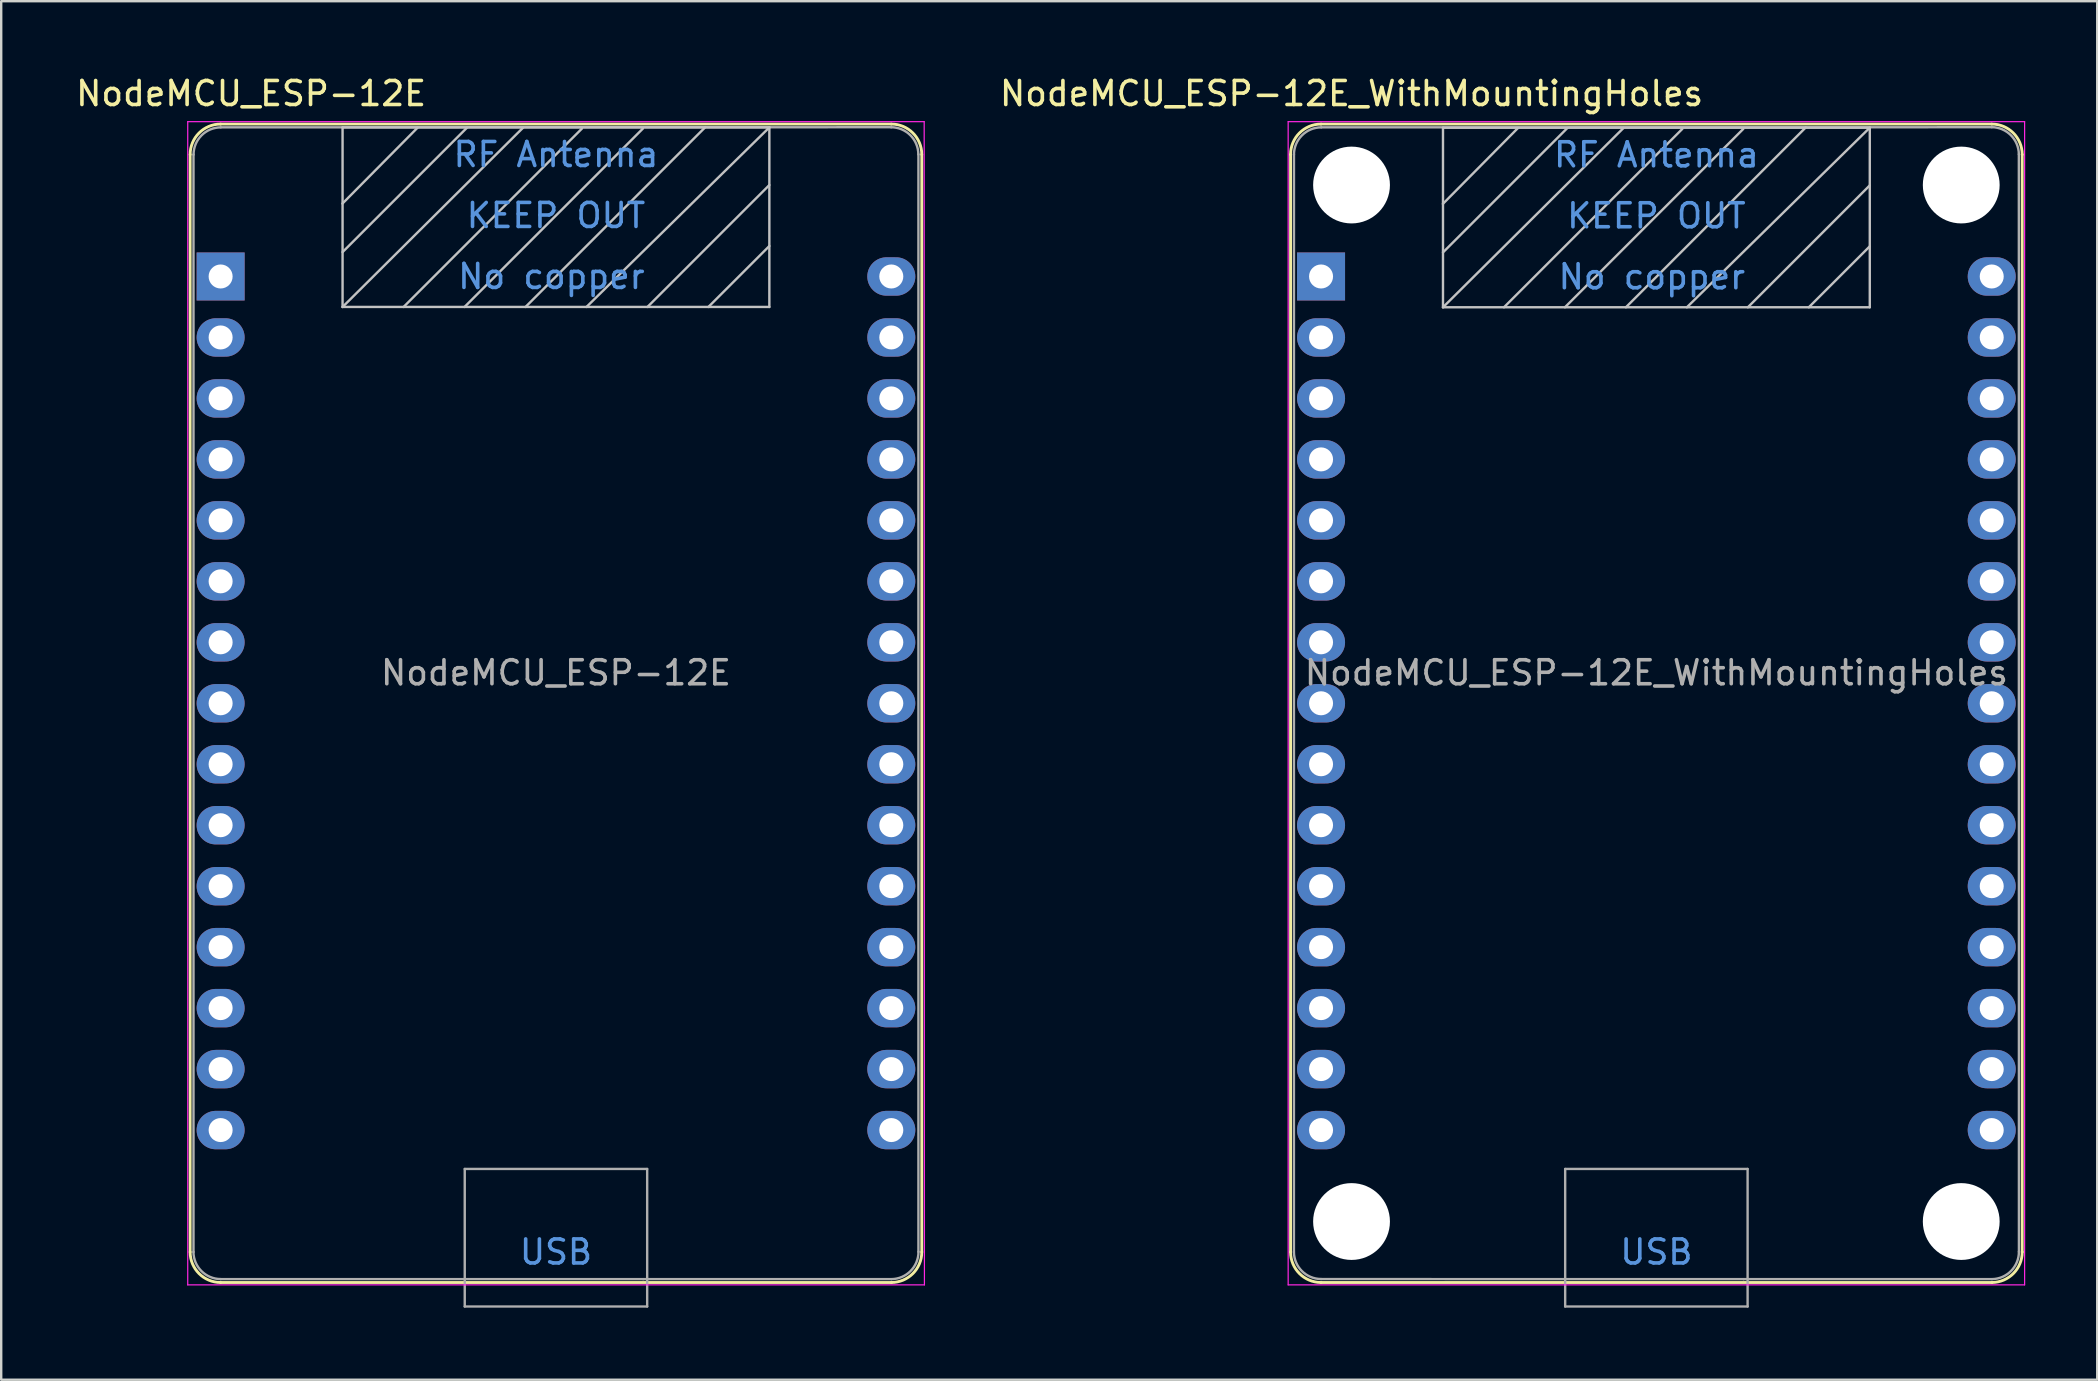
<source format=kicad_pcb>
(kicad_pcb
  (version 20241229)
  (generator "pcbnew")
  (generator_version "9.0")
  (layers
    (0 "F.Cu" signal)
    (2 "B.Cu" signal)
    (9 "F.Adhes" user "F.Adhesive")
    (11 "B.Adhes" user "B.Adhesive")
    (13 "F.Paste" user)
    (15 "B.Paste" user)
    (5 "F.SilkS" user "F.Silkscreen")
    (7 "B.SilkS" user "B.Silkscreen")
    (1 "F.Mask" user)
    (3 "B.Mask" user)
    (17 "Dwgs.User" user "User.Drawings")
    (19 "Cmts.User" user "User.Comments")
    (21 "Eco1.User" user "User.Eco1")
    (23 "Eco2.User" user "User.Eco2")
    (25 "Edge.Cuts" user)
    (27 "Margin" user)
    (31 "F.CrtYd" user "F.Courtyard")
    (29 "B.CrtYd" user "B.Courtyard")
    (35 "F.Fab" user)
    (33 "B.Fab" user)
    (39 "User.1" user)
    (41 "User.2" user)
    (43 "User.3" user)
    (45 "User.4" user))
  (footprint "NodeMCU_ESP-12E_WithMountingHoles"
    (layer "F.Cu")
    (at 51.984 8.468)
    (property "Reference" "NodeMCU_ESP-12E_WithMountingHoles" (at 1.27 -7.62 0) (layer "F.SilkS") (effects (font (size 1 1) (thickness 0.15))))
    (attr through_hole)
    (fp_line (start -1.27 -5.08) (end -1.27 40.64) (stroke (width 0.12) (type solid)) (layer "F.SilkS"))
    (fp_line (start 27.94 -6.35) (end 0 -6.35) (stroke (width 0.12) (type solid)) (layer "F.SilkS"))
    (fp_line (start 27.95 41.91) (end 0 41.91) (stroke (width 0.12) (type solid)) (layer "F.SilkS"))
    (fp_line (start 29.21 -5.08) (end 29.21 40.64) (stroke (width 0.12) (type solid)) (layer "F.SilkS"))
    (fp_arc (start -1.27 -5.08) (mid -0.898026 -5.978026) (end 0 -6.35) (stroke (width 0.12) (type solid)) (layer "F.SilkS"))
    (fp_arc (start 0 41.91) (mid -0.898026 41.538026) (end -1.27 40.64) (stroke (width 0.12) (type solid)) (layer "F.SilkS"))
    (fp_arc (start 27.94 -6.35) (mid 28.838026 -5.978026) (end 29.21 -5.08) (stroke (width 0.12) (type solid)) (layer "F.SilkS"))
    (fp_arc (start 29.21 40.64) (mid 28.841554 41.534483) (end 27.95 41.909961) (stroke (width 0.12) (type solid)) (layer "F.SilkS"))
    (fp_line (start 5.075 -3.024) (end 8.204 -6.185) (stroke (width 0.1) (type solid)) (layer "Dwgs.User"))
    (fp_line (start 5.08 -6.198) (end 5.08 1.283) (stroke (width 0.1) (type solid)) (layer "Dwgs.User"))
    (fp_line (start 5.08 -6.198) (end 22.86 -6.198) (stroke (width 0.1) (type solid)) (layer "Dwgs.User"))
    (fp_line (start 5.08 -1.003) (end 10.262 -6.185) (stroke (width 0.1) (type solid)) (layer "Dwgs.User"))
    (fp_line (start 5.08 1.283) (end 12.598 -6.185) (stroke (width 0.1) (type solid)) (layer "Dwgs.User"))
    (fp_line (start 5.08 1.283) (end 22.86 1.283) (stroke (width 0.1) (type solid)) (layer "Dwgs.User"))
    (fp_line (start 7.62 1.283) (end 15.05 -6.147) (stroke (width 0.1) (type solid)) (layer "Dwgs.User"))
    (fp_line (start 10.16 1.283) (end 17.59 -6.147) (stroke (width 0.1) (type solid)) (layer "Dwgs.User"))
    (fp_line (start 12.7 1.283) (end 20.193 -6.21) (stroke (width 0.1) (type solid)) (layer "Dwgs.User"))
    (fp_line (start 15.24 1.283) (end 22.86 -6.198) (stroke (width 0.1) (type solid)) (layer "Dwgs.User"))
    (fp_line (start 17.78 1.283) (end 22.86 -3.797) (stroke (width 0.1) (type solid)) (layer "Dwgs.User"))
    (fp_line (start 20.32 1.283) (end 22.86 -1.257) (stroke (width 0.1) (type solid)) (layer "Dwgs.User"))
    (fp_line (start 22.86 -6.198) (end 22.86 1.283) (stroke (width 0.1) (type solid)) (layer "Dwgs.User"))
    (fp_line (start -1.37 42.01) (end -1.37 -6.45) (stroke (width 0.05) (type solid)) (layer "F.CrtYd"))
    (fp_line (start 29.31 -6.45) (end -1.37 -6.45) (stroke (width 0.05) (type solid)) (layer "F.CrtYd"))
    (fp_line (start 29.31 42.01) (end -1.37 42.01) (stroke (width 0.05) (type solid)) (layer "F.CrtYd"))
    (fp_line (start 29.31 42.01) (end 29.31 -6.45) (stroke (width 0.05) (type solid)) (layer "F.CrtYd"))
    (fp_line (start -1.128 -5.075) (end -1.13 40.64) (stroke (width 0.1) (type solid)) (layer "F.Fab"))
    (fp_line (start 10.17 37.18) (end 17.77 37.18) (stroke (width 0.1) (type solid)) (layer "F.Fab"))
    (fp_line (start 10.17 42.91) (end 10.17 37.18) (stroke (width 0.1) (type solid)) (layer "F.Fab"))
    (fp_line (start 17.602 41.77) (end 0 41.768) (stroke (width 0.1) (type solid)) (layer "F.Fab"))
    (fp_line (start 17.77 37.18) (end 17.77 42.91) (stroke (width 0.1) (type solid)) (layer "F.Fab"))
    (fp_line (start 17.77 42.91) (end 10.17 42.91) (stroke (width 0.1) (type solid)) (layer "F.Fab"))
    (fp_line (start 27.94 -6.218) (end 0.01 -6.213) (stroke (width 0.1) (type solid)) (layer "F.Fab"))
    (fp_line (start 27.95 41.77) (end 17.602 41.77) (stroke (width 0.1) (type solid)) (layer "F.Fab"))
    (fp_line (start 29.07 -5.09) (end 29.073 40.627) (stroke (width 0.1) (type solid)) (layer "F.Fab"))
    (fp_arc (start -1.128629 -5.074921) (mid -0.794775 -5.879601) (end 0.01016 -6.21284) (stroke (width 0.1) (type solid)) (layer "F.Fab"))
    (fp_arc (start 0.00001 41.765819) (mid -0.795824 41.434598) (end -1.13 40.64) (stroke (width 0.1) (type solid)) (layer "F.Fab"))
    (fp_arc (start 27.940029 -6.221019) (mid 28.736202 -5.886483) (end 29.07 -5.09) (stroke (width 0.1) (type solid)) (layer "F.Fab"))
    (fp_arc (start 29.073088 40.6273) (mid 28.745846 41.42893) (end 27.95 41.77) (stroke (width 0.1) (type solid)) (layer "F.Fab"))
    (fp_text user "KEEP OUT" (at 13.97 -2.527 0) (layer "Cmts.User") (effects (font (size 1 1) (thickness 0.15))))
    (fp_text user "RF Antenna" (at 13.97 -5.067 0) (layer "Cmts.User") (effects (font (size 1 1) (thickness 0.15))))
    (fp_text user "USB" (at 13.97 40.64 0) (layer "Cmts.User") (effects (font (size 1 1) (thickness 0.15))))
    (fp_text user "No copper" (at 13.78 0.013 0) (layer "Cmts.User") (effects (font (size 1 1) (thickness 0.15))))
    (fp_text user "${REFERENCE}" (at 13.97 16.51 0) (layer "F.Fab") (effects (font (size 1 1) (thickness 0.15))))
    (pad "" np_thru_hole circle (at 1.27 -3.81 90) (size 3.2 3.2) (drill 3.2) (layers "*.Cu" "*.Mask"))
    (pad "" np_thru_hole circle (at 1.27 39.37 90) (size 3.2 3.2) (drill 3.2) (layers "*.Cu" "*.Mask"))
    (pad "" np_thru_hole circle (at 26.67 -3.81 90) (size 3.2 3.2) (drill 3.2) (layers "*.Cu" "*.Mask"))
    (pad "" np_thru_hole circle (at 26.67 39.37 90) (size 3.2 3.2) (drill 3.2) (layers "*.Cu" "*.Mask"))
    (pad "1" thru_hole rect (at 0 0) (size 2 2) (drill 1) (layers "*.Cu" "*.Mask"))
    (pad "2" thru_hole oval (at 0 2.54) (size 2 1.6) (drill 1) (layers "*.Cu" "*.Mask"))
    (pad "3" thru_hole oval (at 0 5.08) (size 2 1.6) (drill 1) (layers "*.Cu" "*.Mask"))
    (pad "4" thru_hole oval (at 0 7.62) (size 2 1.6) (drill 1) (layers "*.Cu" "*.Mask"))
    (pad "5" thru_hole oval (at 0 10.16) (size 2 1.6) (drill 1) (layers "*.Cu" "*.Mask"))
    (pad "6" thru_hole oval (at 0 12.7) (size 2 1.6) (drill 1) (layers "*.Cu" "*.Mask"))
    (pad "7" thru_hole oval (at 0 15.24) (size 2 1.6) (drill 1) (layers "*.Cu" "*.Mask"))
    (pad "8" thru_hole oval (at 0 17.78) (size 2 1.6) (drill 1) (layers "*.Cu" "*.Mask"))
    (pad "9" thru_hole oval (at 0 20.32) (size 2 1.6) (drill 1) (layers "*.Cu" "*.Mask"))
    (pad "10" thru_hole oval (at 0 22.86) (size 2 1.6) (drill 1) (layers "*.Cu" "*.Mask"))
    (pad "11" thru_hole oval (at 0 25.4) (size 2 1.6) (drill 1) (layers "*.Cu" "*.Mask"))
    (pad "12" thru_hole oval (at 0 27.94) (size 2 1.6) (drill 1) (layers "*.Cu" "*.Mask"))
    (pad "13" thru_hole oval (at 0 30.48) (size 2 1.6) (drill 1) (layers "*.Cu" "*.Mask"))
    (pad "14" thru_hole oval (at 0 33.02) (size 2 1.6) (drill 1) (layers "*.Cu" "*.Mask"))
    (pad "15" thru_hole oval (at 0 35.56) (size 2 1.6) (drill 1) (layers "*.Cu" "*.Mask"))
    (pad "16" thru_hole oval (at 27.94 35.56) (size 2 1.6) (drill 1) (layers "*.Cu" "*.Mask"))
    (pad "17" thru_hole oval (at 27.94 33.02) (size 2 1.6) (drill 1) (layers "*.Cu" "*.Mask"))
    (pad "18" thru_hole oval (at 27.94 30.48) (size 2 1.6) (drill 1) (layers "*.Cu" "*.Mask"))
    (pad "19" thru_hole oval (at 27.94 27.94) (size 2 1.6) (drill 1) (layers "*.Cu" "*.Mask"))
    (pad "20" thru_hole oval (at 27.94 25.4) (size 2 1.6) (drill 1) (layers "*.Cu" "*.Mask"))
    (pad "21" thru_hole oval (at 27.94 22.86) (size 2 1.6) (drill 1) (layers "*.Cu" "*.Mask"))
    (pad "22" thru_hole oval (at 27.94 20.32) (size 2 1.6) (drill 1) (layers "*.Cu" "*.Mask"))
    (pad "23" thru_hole oval (at 27.94 17.78) (size 2 1.6) (drill 1) (layers "*.Cu" "*.Mask"))
    (pad "24" thru_hole oval (at 27.94 15.24) (size 2 1.6) (drill 1) (layers "*.Cu" "*.Mask"))
    (pad "25" thru_hole oval (at 27.94 12.7) (size 2 1.6) (drill 1) (layers "*.Cu" "*.Mask"))
    (pad "26" thru_hole oval (at 27.94 10.16) (size 2 1.6) (drill 1) (layers "*.Cu" "*.Mask"))
    (pad "27" thru_hole oval (at 27.94 7.62) (size 2 1.6) (drill 1) (layers "*.Cu" "*.Mask"))
    (pad "28" thru_hole oval (at 27.94 5.08) (size 2 1.6) (drill 1) (layers "*.Cu" "*.Mask"))
    (pad "29" thru_hole oval (at 27.94 2.54) (size 2 1.6) (drill 1) (layers "*.Cu" "*.Mask"))
    (pad "30" thru_hole oval (at 27.94 0) (size 2 1.6) (drill 1) (layers "*.Cu" "*.Mask")))
  (footprint "NodeMCU_ESP-12E"
    (layer "F.Cu")
    (at 6.141 8.468)
    (property "Reference" "NodeMCU_ESP-12E" (at 1.27 -7.62 0) (layer "F.SilkS") (effects (font (size 1 1) (thickness 0.15))))
    (attr through_hole)
    (fp_line (start -1.27 -5.08) (end -1.27 40.64) (stroke (width 0.12) (type solid)) (layer "F.SilkS"))
    (fp_line (start 10.17 41.91) (end 0 41.91) (stroke (width 0.12) (type solid)) (layer "F.SilkS"))
    (fp_line (start 27.94 -6.35) (end 0 -6.35) (stroke (width 0.12) (type solid)) (layer "F.SilkS"))
    (fp_line (start 27.95 41.91) (end 10.16 41.91) (stroke (width 0.12) (type solid)) (layer "F.SilkS"))
    (fp_line (start 29.21 -5.08) (end 29.21 40.64) (stroke (width 0.12) (type solid)) (layer "F.SilkS"))
    (fp_arc (start -1.27 -5.08) (mid -0.898026 -5.978026) (end 0 -6.35) (stroke (width 0.12) (type solid)) (layer "F.SilkS"))
    (fp_arc (start 0 41.91) (mid -0.898026 41.538026) (end -1.27 40.64) (stroke (width 0.12) (type solid)) (layer "F.SilkS"))
    (fp_arc (start 27.94 -6.35) (mid 28.838026 -5.978026) (end 29.21 -5.08) (stroke (width 0.12) (type solid)) (layer "F.SilkS"))
    (fp_arc (start 29.21 40.64) (mid 28.838026 41.538026) (end 27.94 41.91) (stroke (width 0.12) (type solid)) (layer "F.SilkS"))
    (fp_line (start 5.075 -3.037) (end 8.204 -6.198) (stroke (width 0.1) (type solid)) (layer "Dwgs.User"))
    (fp_line (start 5.08 -6.21) (end 5.08 1.27) (stroke (width 0.1) (type solid)) (layer "Dwgs.User"))
    (fp_line (start 5.08 -6.21) (end 22.86 -6.21) (stroke (width 0.1) (type solid)) (layer "Dwgs.User"))
    (fp_line (start 5.08 -1.016) (end 10.262 -6.198) (stroke (width 0.1) (type solid)) (layer "Dwgs.User"))
    (fp_line (start 5.08 1.27) (end 12.598 -6.198) (stroke (width 0.1) (type solid)) (layer "Dwgs.User"))
    (fp_line (start 5.08 1.27) (end 22.86 1.27) (stroke (width 0.1) (type solid)) (layer "Dwgs.User"))
    (fp_line (start 7.62 1.27) (end 15.05 -6.16) (stroke (width 0.1) (type solid)) (layer "Dwgs.User"))
    (fp_line (start 10.16 1.27) (end 17.59 -6.16) (stroke (width 0.1) (type solid)) (layer "Dwgs.User"))
    (fp_line (start 12.7 1.27) (end 20.193 -6.223) (stroke (width 0.1) (type solid)) (layer "Dwgs.User"))
    (fp_line (start 15.24 1.27) (end 22.86 -6.21) (stroke (width 0.1) (type solid)) (layer "Dwgs.User"))
    (fp_line (start 17.78 1.27) (end 22.86 -3.81) (stroke (width 0.1) (type solid)) (layer "Dwgs.User"))
    (fp_line (start 20.32 1.27) (end 22.86 -1.27) (stroke (width 0.1) (type solid)) (layer "Dwgs.User"))
    (fp_line (start 22.86 -6.21) (end 22.86 1.27) (stroke (width 0.1) (type solid)) (layer "Dwgs.User"))
    (fp_line (start -1.37 42.01) (end -1.37 -6.45) (stroke (width 0.05) (type solid)) (layer "F.CrtYd"))
    (fp_line (start 29.31 -6.45) (end -1.37 -6.45) (stroke (width 0.05) (type solid)) (layer "F.CrtYd"))
    (fp_line (start 29.32 42.01) (end -1.37 42.01) (stroke (width 0.05) (type solid)) (layer "F.CrtYd"))
    (fp_line (start 29.32 42.01) (end 29.31 -6.45) (stroke (width 0.05) (type solid)) (layer "F.CrtYd"))
    (fp_line (start -1.13 -5.08) (end -1.13 40.64) (stroke (width 0.1) (type solid)) (layer "F.Fab"))
    (fp_line (start 10.17 37.18) (end 17.77 37.18) (stroke (width 0.1) (type solid)) (layer "F.Fab"))
    (fp_line (start 10.17 42.91) (end 10.17 37.18) (stroke (width 0.1) (type solid)) (layer "F.Fab"))
    (fp_line (start 17.602 41.77) (end 0 41.77) (stroke (width 0.1) (type solid)) (layer "F.Fab"))
    (fp_line (start 17.77 37.18) (end 17.77 42.91) (stroke (width 0.1) (type solid)) (layer "F.Fab"))
    (fp_line (start 17.77 42.91) (end 10.17 42.91) (stroke (width 0.1) (type solid)) (layer "F.Fab"))
    (fp_line (start 27.94 -6.218) (end 0.01 -6.213) (stroke (width 0.1) (type solid)) (layer "F.Fab"))
    (fp_line (start 27.95 41.77) (end 17.602 41.77) (stroke (width 0.1) (type solid)) (layer "F.Fab"))
    (fp_line (start 29.07 -5.09) (end 29.07 40.63) (stroke (width 0.1) (type solid)) (layer "F.Fab"))
    (fp_arc (start -1.12776 -5.07492) (mid -0.795952 -5.877193) (end 0.005091 -6.21196) (stroke (width 0.1) (type solid)) (layer "F.Fab"))
    (fp_arc (start 0.00508 41.76776) (mid -0.797189 41.435956) (end -1.13196 40.63492) (stroke (width 0.1) (type solid)) (layer "F.Fab"))
    (fp_arc (start 27.92984 -6.21792) (mid 28.732113 -5.886112) (end 29.06688 -5.085069) (stroke (width 0.1) (type solid)) (layer "F.Fab"))
    (fp_arc (start 29.07309 40.630003) (mid 28.744898 41.429894) (end 27.95 41.77) (stroke (width 0.1) (type solid)) (layer "F.Fab"))
    (fp_text user "USB" (at 13.97 40.64 0) (layer "Cmts.User") (effects (font (size 1 1) (thickness 0.15))))
    (fp_text user "RF Antenna" (at 13.97 -5.08 0) (layer "Cmts.User") (effects (font (size 1 1) (thickness 0.15))))
    (fp_text user "No copper" (at 13.78 0 0) (layer "Cmts.User") (effects (font (size 1 1) (thickness 0.15))))
    (fp_text user "KEEP OUT" (at 13.97 -2.54 0) (layer "Cmts.User") (effects (font (size 1 1) (thickness 0.15))))
    (fp_text user "${REFERENCE}" (at 13.97 16.51 0) (layer "F.Fab") (effects (font (size 1 1) (thickness 0.15))))
    (pad "1" thru_hole rect (at 0 0) (size 2 2) (drill 1) (layers "*.Cu" "*.Mask"))
    (pad "2" thru_hole oval (at 0 2.54) (size 2 1.6) (drill 1) (layers "*.Cu" "*.Mask"))
    (pad "3" thru_hole oval (at 0 5.08) (size 2 1.6) (drill 1) (layers "*.Cu" "*.Mask"))
    (pad "4" thru_hole oval (at 0 7.62) (size 2 1.6) (drill 1) (layers "*.Cu" "*.Mask"))
    (pad "5" thru_hole oval (at 0 10.16) (size 2 1.6) (drill 1) (layers "*.Cu" "*.Mask"))
    (pad "6" thru_hole oval (at 0 12.7) (size 2 1.6) (drill 1) (layers "*.Cu" "*.Mask"))
    (pad "7" thru_hole oval (at 0 15.24) (size 2 1.6) (drill 1) (layers "*.Cu" "*.Mask"))
    (pad "8" thru_hole oval (at 0 17.78) (size 2 1.6) (drill 1) (layers "*.Cu" "*.Mask"))
    (pad "9" thru_hole oval (at 0 20.32) (size 2 1.6) (drill 1) (layers "*.Cu" "*.Mask"))
    (pad "10" thru_hole oval (at 0 22.86) (size 2 1.6) (drill 1) (layers "*.Cu" "*.Mask"))
    (pad "11" thru_hole oval (at 0 25.4) (size 2 1.6) (drill 1) (layers "*.Cu" "*.Mask"))
    (pad "12" thru_hole oval (at 0 27.94) (size 2 1.6) (drill 1) (layers "*.Cu" "*.Mask"))
    (pad "13" thru_hole oval (at 0 30.48) (size 2 1.6) (drill 1) (layers "*.Cu" "*.Mask"))
    (pad "14" thru_hole oval (at 0 33.02) (size 2 1.6) (drill 1) (layers "*.Cu" "*.Mask"))
    (pad "15" thru_hole oval (at 0 35.56) (size 2 1.6) (drill 1) (layers "*.Cu" "*.Mask"))
    (pad "16" thru_hole oval (at 27.94 35.56) (size 2 1.6) (drill 1) (layers "*.Cu" "*.Mask"))
    (pad "17" thru_hole oval (at 27.94 33.02) (size 2 1.6) (drill 1) (layers "*.Cu" "*.Mask"))
    (pad "18" thru_hole oval (at 27.94 30.48) (size 2 1.6) (drill 1) (layers "*.Cu" "*.Mask"))
    (pad "19" thru_hole oval (at 27.94 27.94) (size 2 1.6) (drill 1) (layers "*.Cu" "*.Mask"))
    (pad "20" thru_hole oval (at 27.94 25.4) (size 2 1.6) (drill 1) (layers "*.Cu" "*.Mask"))
    (pad "21" thru_hole oval (at 27.94 22.86) (size 2 1.6) (drill 1) (layers "*.Cu" "*.Mask"))
    (pad "22" thru_hole oval (at 27.94 20.32) (size 2 1.6) (drill 1) (layers "*.Cu" "*.Mask"))
    (pad "23" thru_hole oval (at 27.94 17.78) (size 2 1.6) (drill 1) (layers "*.Cu" "*.Mask"))
    (pad "24" thru_hole oval (at 27.94 15.24) (size 2 1.6) (drill 1) (layers "*.Cu" "*.Mask"))
    (pad "25" thru_hole oval (at 27.94 12.7) (size 2 1.6) (drill 1) (layers "*.Cu" "*.Mask"))
    (pad "26" thru_hole oval (at 27.94 10.16) (size 2 1.6) (drill 1) (layers "*.Cu" "*.Mask"))
    (pad "27" thru_hole oval (at 27.94 7.62) (size 2 1.6) (drill 1) (layers "*.Cu" "*.Mask"))
    (pad "28" thru_hole oval (at 27.94 5.08) (size 2 1.6) (drill 1) (layers "*.Cu" "*.Mask"))
    (pad "29" thru_hole oval (at 27.94 2.54) (size 2 1.6) (drill 1) (layers "*.Cu" "*.Mask"))
    (pad "30" thru_hole oval (at 27.94 0) (size 2 1.6) (drill 1) (layers "*.Cu" "*.Mask")))
  (gr_rect
    (start -3 -3)
    (end 84.319 54.428)
    (stroke (width 0.1) (type default))
    (fill no)
    (layer "Edge.Cuts")))
</source>
